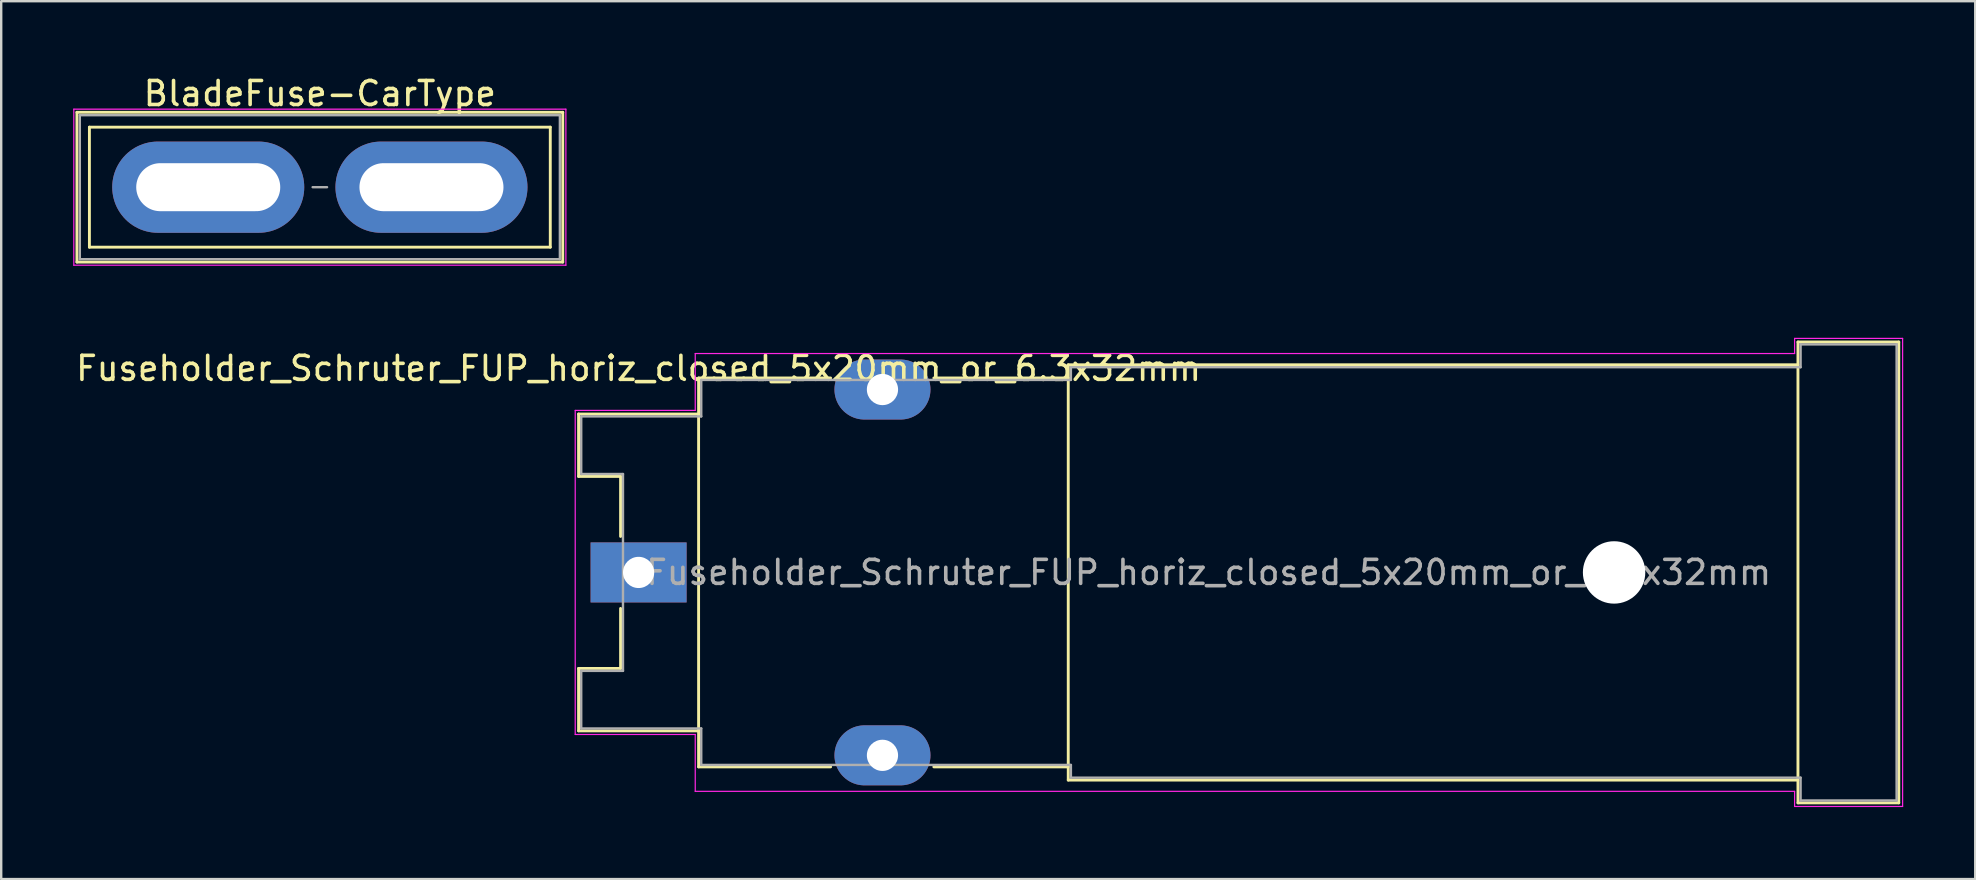
<source format=kicad_pcb>
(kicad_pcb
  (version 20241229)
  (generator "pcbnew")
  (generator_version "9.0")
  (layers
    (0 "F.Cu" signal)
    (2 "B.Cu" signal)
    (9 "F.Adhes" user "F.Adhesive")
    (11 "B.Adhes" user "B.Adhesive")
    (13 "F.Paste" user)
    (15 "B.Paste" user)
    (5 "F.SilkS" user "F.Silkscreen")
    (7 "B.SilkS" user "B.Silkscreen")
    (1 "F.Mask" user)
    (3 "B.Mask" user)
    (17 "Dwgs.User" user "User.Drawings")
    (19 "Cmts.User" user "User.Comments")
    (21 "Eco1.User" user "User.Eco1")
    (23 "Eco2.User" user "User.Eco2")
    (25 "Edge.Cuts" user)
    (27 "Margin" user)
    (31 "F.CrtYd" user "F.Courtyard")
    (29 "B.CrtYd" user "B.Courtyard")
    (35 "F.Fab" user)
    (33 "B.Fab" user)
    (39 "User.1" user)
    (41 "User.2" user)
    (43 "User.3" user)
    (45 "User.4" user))
  (footprint "BladeFuse-CarType"
    (layer "F.Cu")
    (at 5.625 4.748)
    (property "Reference" "BladeFuse-CarType" (at 4.65 -3.9 0) (layer "F.SilkS") (effects (font (size 1 1) (thickness 0.15))))
    (attr through_hole)
    (fp_line (start -5.47 -3.12) (end -5.47 3.12) (stroke (width 0.12) (type solid)) (layer "F.SilkS"))
    (fp_line (start -5.47 -3.12) (end 14.77 -3.12) (stroke (width 0.12) (type solid)) (layer "F.SilkS"))
    (fp_line (start -4.95 -2.5) (end 14.25 -2.5) (stroke (width 0.12) (type solid)) (layer "F.SilkS"))
    (fp_line (start -4.95 2.5) (end -4.95 -2.5) (stroke (width 0.12) (type solid)) (layer "F.SilkS"))
    (fp_line (start 14.25 -2.5) (end 14.25 2.5) (stroke (width 0.12) (type solid)) (layer "F.SilkS"))
    (fp_line (start 14.25 2.5) (end -4.95 2.5) (stroke (width 0.12) (type solid)) (layer "F.SilkS"))
    (fp_line (start 14.77 3.12) (end -5.47 3.12) (stroke (width 0.12) (type solid)) (layer "F.SilkS"))
    (fp_line (start 14.77 3.12) (end 14.77 -3.12) (stroke (width 0.12) (type solid)) (layer "F.SilkS"))
    (fp_line (start -5.6 -3.25) (end -5.6 3.25) (stroke (width 0.05) (type solid)) (layer "F.CrtYd"))
    (fp_line (start -5.6 -3.25) (end 14.9 -3.25) (stroke (width 0.05) (type solid)) (layer "F.CrtYd"))
    (fp_line (start 14.9 3.25) (end -5.6 3.25) (stroke (width 0.05) (type solid)) (layer "F.CrtYd"))
    (fp_line (start 14.9 3.25) (end 14.9 -3.25) (stroke (width 0.05) (type solid)) (layer "F.CrtYd"))
    (fp_line (start -5.35 -3) (end 14.65 -3) (stroke (width 0.1) (type solid)) (layer "F.Fab"))
    (fp_line (start -5.35 3) (end -5.35 -3) (stroke (width 0.1) (type solid)) (layer "F.Fab"))
    (fp_line (start 4.95 0) (end 4.35 0) (stroke (width 0.1) (type solid)) (layer "F.Fab"))
    (fp_line (start 14.65 -3) (end 14.65 3) (stroke (width 0.1) (type solid)) (layer "F.Fab"))
    (fp_line (start 14.65 3) (end -5.35 3) (stroke (width 0.1) (type solid)) (layer "F.Fab"))
    (pad "1" thru_hole oval (at 0 0) (size 8 3.8) (drill oval 6 2) (layers "*.Cu" "*.Mask"))
    (pad "2" thru_hole oval (at 9.3 0) (size 8 3.8) (drill oval 6 2) (layers "*.Cu" "*.Mask")))
  (footprint "Fuseholder_Schruter_FUP_horiz_closed_5x20mm_or_6.3x32mm"
    (layer "F.Cu")
    (at 23.554 20.798)
    (property "Reference" "Fuseholder_Schruter_FUP_horiz_closed_5x20mm_or_6.3x32mm" (at 0 -8.5 0) (layer "F.SilkS") (effects (font (size 1 1) (thickness 0.15))))
    (attr through_hole)
    (fp_line (start -2.5 -6.6) (end 2.5 -6.6) (stroke (width 0.12) (type solid)) (layer "F.SilkS"))
    (fp_line (start -2.5 -4) (end -2.5 -6.6) (stroke (width 0.12) (type solid)) (layer "F.SilkS"))
    (fp_line (start -2.5 4) (end -0.75 4) (stroke (width 0.12) (type solid)) (layer "F.SilkS"))
    (fp_line (start -2.5 6.6) (end -2.5 4) (stroke (width 0.12) (type solid)) (layer "F.SilkS"))
    (fp_line (start -2.5 6.6) (end 2.5 6.6) (stroke (width 0.12) (type solid)) (layer "F.SilkS"))
    (fp_line (start -0.75 -4) (end -2.5 -4) (stroke (width 0.12) (type solid)) (layer "F.SilkS"))
    (fp_line (start -0.75 -1.5) (end -0.75 -4) (stroke (width 0.12) (type solid)) (layer "F.SilkS"))
    (fp_line (start -0.75 4) (end -0.75 1.5) (stroke (width 0.12) (type solid)) (layer "F.SilkS"))
    (fp_line (start 2.5 -8.1) (end 8 -8.1) (stroke (width 0.12) (type solid)) (layer "F.SilkS"))
    (fp_line (start 2.5 8.1) (end 2.5 -8.1) (stroke (width 0.12) (type solid)) (layer "F.SilkS"))
    (fp_line (start 2.5 8.1) (end 8 8.1) (stroke (width 0.12) (type solid)) (layer "F.SilkS"))
    (fp_line (start 12.3 -8.1) (end 17.9 -8.1) (stroke (width 0.12) (type solid)) (layer "F.SilkS"))
    (fp_line (start 12.3 8.1) (end 17.9 8.1) (stroke (width 0.12) (type solid)) (layer "F.SilkS"))
    (fp_line (start 17.9 -8.65) (end 48.3 -8.65) (stroke (width 0.12) (type solid)) (layer "F.SilkS"))
    (fp_line (start 17.9 8.65) (end 17.9 -8.65) (stroke (width 0.12) (type solid)) (layer "F.SilkS"))
    (fp_line (start 17.9 8.65) (end 48.3 8.65) (stroke (width 0.12) (type solid)) (layer "F.SilkS"))
    (fp_line (start 48.3 -9.6) (end 52.5 -9.6) (stroke (width 0.12) (type solid)) (layer "F.SilkS"))
    (fp_line (start 48.3 9.6) (end 48.3 -9.6) (stroke (width 0.12) (type solid)) (layer "F.SilkS"))
    (fp_line (start 48.3 9.6) (end 52.5 9.6) (stroke (width 0.12) (type solid)) (layer "F.SilkS"))
    (fp_line (start 52.5 -9.6) (end 52.5 9.6) (stroke (width 0.12) (type solid)) (layer "F.SilkS"))
    (fp_line (start -2.64 -6.75) (end 2.36 -6.75) (stroke (width 0.05) (type solid)) (layer "F.CrtYd"))
    (fp_line (start -2.64 6.75) (end -2.64 -6.75) (stroke (width 0.05) (type solid)) (layer "F.CrtYd"))
    (fp_line (start -2.64 6.75) (end 2.36 6.75) (stroke (width 0.05) (type solid)) (layer "F.CrtYd"))
    (fp_line (start 2.36 -9.12) (end 2.36 -6.75) (stroke (width 0.05) (type solid)) (layer "F.CrtYd"))
    (fp_line (start 2.36 -9.12) (end 48.16 -9.12) (stroke (width 0.05) (type solid)) (layer "F.CrtYd"))
    (fp_line (start 2.36 6.75) (end 2.36 9.12) (stroke (width 0.05) (type solid)) (layer "F.CrtYd"))
    (fp_line (start 48.16 -9.75) (end 48.16 -9.12) (stroke (width 0.05) (type solid)) (layer "F.CrtYd"))
    (fp_line (start 48.16 -9.75) (end 52.66 -9.75) (stroke (width 0.05) (type solid)) (layer "F.CrtYd"))
    (fp_line (start 48.16 9.12) (end 2.36 9.12) (stroke (width 0.05) (type solid)) (layer "F.CrtYd"))
    (fp_line (start 48.16 9.12) (end 48.16 9.75) (stroke (width 0.05) (type solid)) (layer "F.CrtYd"))
    (fp_line (start 48.16 9.75) (end 52.66 9.75) (stroke (width 0.05) (type solid)) (layer "F.CrtYd"))
    (fp_line (start 52.66 -9.75) (end 52.66 9.75) (stroke (width 0.05) (type solid)) (layer "F.CrtYd"))
    (fp_line (start -2.39 -4.1) (end -2.39 -6.5) (stroke (width 0.1) (type solid)) (layer "F.Fab"))
    (fp_line (start -2.39 -4.1) (end -0.65 -4.1) (stroke (width 0.1) (type solid)) (layer "F.Fab"))
    (fp_line (start -2.39 4.1) (end -2.39 6.5) (stroke (width 0.1) (type solid)) (layer "F.Fab"))
    (fp_line (start -2.39 6.5) (end 2.61 6.5) (stroke (width 0.1) (type solid)) (layer "F.Fab"))
    (fp_line (start -0.65 -4.1) (end -0.65 4.1) (stroke (width 0.1) (type solid)) (layer "F.Fab"))
    (fp_line (start -0.65 4.1) (end -2.39 4.1) (stroke (width 0.1) (type solid)) (layer "F.Fab"))
    (fp_line (start 2.61 -8.02) (end 2.61 -6.5) (stroke (width 0.1) (type solid)) (layer "F.Fab"))
    (fp_line (start 2.61 -6.5) (end -2.39 -6.5) (stroke (width 0.1) (type solid)) (layer "F.Fab"))
    (fp_line (start 2.61 6.5) (end 2.61 8.02) (stroke (width 0.1) (type solid)) (layer "F.Fab"))
    (fp_line (start 2.61 8.02) (end 18.01 8.02) (stroke (width 0.1) (type solid)) (layer "F.Fab"))
    (fp_line (start 18.01 -8.55) (end 18.01 -8.02) (stroke (width 0.1) (type solid)) (layer "F.Fab"))
    (fp_line (start 18.01 -8.02) (end 2.61 -8.02) (stroke (width 0.1) (type solid)) (layer "F.Fab"))
    (fp_line (start 18.01 8.02) (end 18.01 8.55) (stroke (width 0.1) (type solid)) (layer "F.Fab"))
    (fp_line (start 18.01 8.55) (end 48.41 8.55) (stroke (width 0.1) (type solid)) (layer "F.Fab"))
    (fp_line (start 48.41 -9.5) (end 48.41 -8.55) (stroke (width 0.1) (type solid)) (layer "F.Fab"))
    (fp_line (start 48.41 -8.55) (end 18.01 -8.55) (stroke (width 0.1) (type solid)) (layer "F.Fab"))
    (fp_line (start 48.41 8.55) (end 48.41 9.5) (stroke (width 0.1) (type solid)) (layer "F.Fab"))
    (fp_line (start 48.41 9.5) (end 52.41 9.5) (stroke (width 0.1) (type solid)) (layer "F.Fab"))
    (fp_line (start 52.41 -9.5) (end 48.41 -9.5) (stroke (width 0.1) (type solid)) (layer "F.Fab"))
    (fp_line (start 52.41 -9.5) (end 52.41 9.5) (stroke (width 0.1) (type solid)) (layer "F.Fab"))
    (fp_text user "${REFERENCE}" (at 23.75 0 0) (layer "F.Fab") (effects (font (size 1 1) (thickness 0.15))))
    (pad "" np_thru_hole circle (at 40.64 0) (size 2.6 2.6) (drill 2.6) (layers "*.Cu" "*.Mask"))
    (pad "1" thru_hole rect (at 0 0) (size 4 2.5) (drill 1.3) (layers "*.Cu" "*.Mask"))
    (pad "2" thru_hole oval (at 10.16 -7.62) (size 4 2.5) (drill 1.3) (layers "*.Cu" "*.Mask"))
    (pad "2" thru_hole oval (at 10.16 7.62) (size 4 2.5) (drill 1.3) (layers "*.Cu" "*.Mask")))
  (gr_rect
    (start -3 -3)
    (end 79.239 33.573)
    (stroke (width 0.1) (type default))
    (fill no)
    (layer "Edge.Cuts")))
</source>
